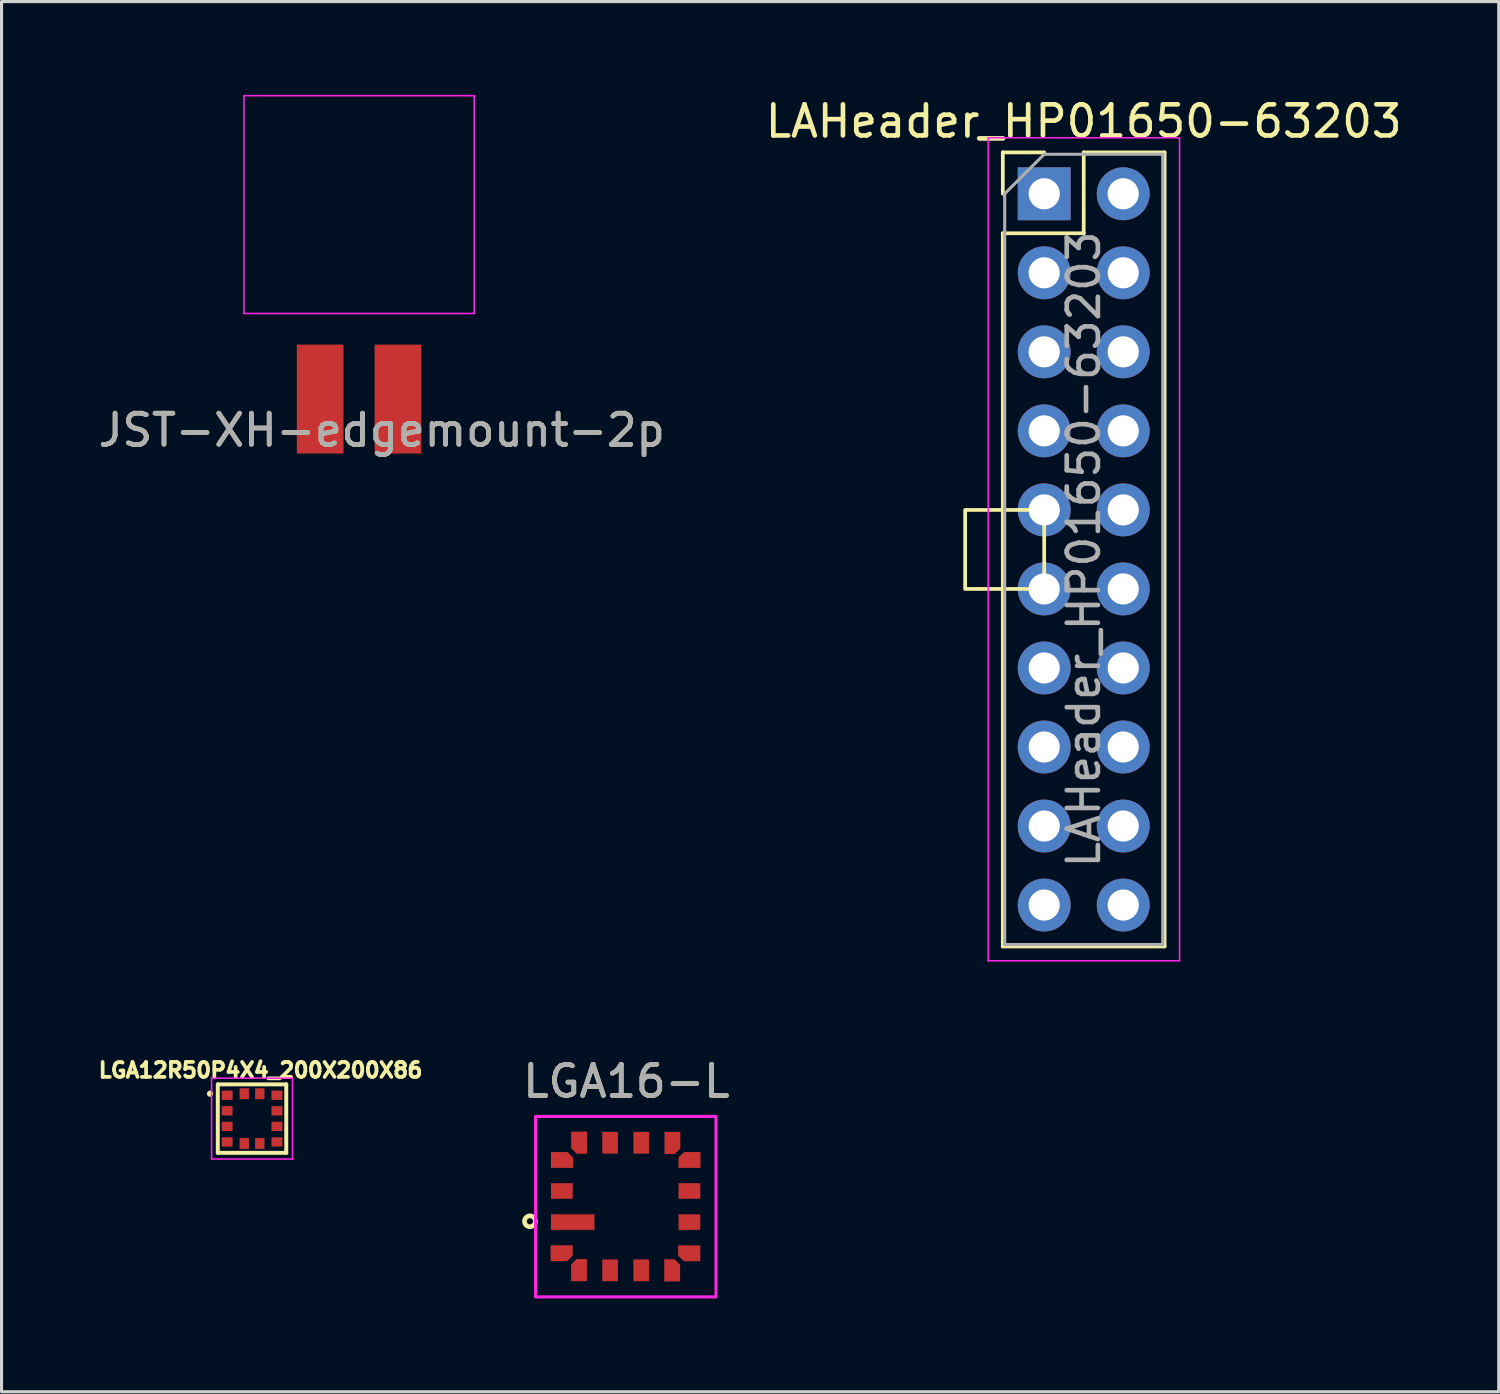
<source format=kicad_pcb>
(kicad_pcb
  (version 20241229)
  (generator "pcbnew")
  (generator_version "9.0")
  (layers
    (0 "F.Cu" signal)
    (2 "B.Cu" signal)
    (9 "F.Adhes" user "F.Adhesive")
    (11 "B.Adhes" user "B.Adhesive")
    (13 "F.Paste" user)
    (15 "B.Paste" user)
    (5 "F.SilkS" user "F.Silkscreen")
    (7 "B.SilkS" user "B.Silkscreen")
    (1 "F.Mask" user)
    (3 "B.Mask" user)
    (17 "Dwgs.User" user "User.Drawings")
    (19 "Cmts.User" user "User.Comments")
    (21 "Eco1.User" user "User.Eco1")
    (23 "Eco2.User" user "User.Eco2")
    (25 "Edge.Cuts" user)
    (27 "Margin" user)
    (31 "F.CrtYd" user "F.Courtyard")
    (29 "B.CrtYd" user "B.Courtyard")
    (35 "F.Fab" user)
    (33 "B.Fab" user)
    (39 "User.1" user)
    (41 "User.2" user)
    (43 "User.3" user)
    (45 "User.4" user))
  (footprint "LAHeader_HP01650-63203"
    (layer "F.Cu")
    (at 30.51 3.178)
    (property "Reference" "LAHeader_HP01650-63203" (at 1.27 -2.33 0) (layer "F.SilkS") (effects (font (size 1 1) (thickness 0.15))))
    (attr through_hole)
    (fp_line (start -1.33 -1.33) (end 0 -1.33) (stroke (width 0.12) (type solid)) (layer "F.SilkS"))
    (fp_line (start -1.33 0) (end -1.33 -1.33) (stroke (width 0.12) (type solid)) (layer "F.SilkS"))
    (fp_line (start -1.33 1.27) (end -1.33 24.19) (stroke (width 0.12) (type solid)) (layer "F.SilkS"))
    (fp_line (start -1.33 1.27) (end 1.27 1.27) (stroke (width 0.12) (type solid)) (layer "F.SilkS"))
    (fp_line (start -1.33 24.19) (end 3.87 24.19) (stroke (width 0.12) (type solid)) (layer "F.SilkS"))
    (fp_line (start 1.27 -1.33) (end 3.87 -1.33) (stroke (width 0.12) (type solid)) (layer "F.SilkS"))
    (fp_line (start 1.27 1.27) (end 1.27 -1.33) (stroke (width 0.12) (type solid)) (layer "F.SilkS"))
    (fp_line (start 3.87 -1.33) (end 3.87 24.19) (stroke (width 0.12) (type solid)) (layer "F.SilkS"))
    (fp_rect (start 0 10.16) (end -2.54 12.7) (stroke (width 0.12) (type solid)) (fill no) (layer "F.SilkS"))
    (fp_line (start -1.8 -1.8) (end -1.8 24.65) (stroke (width 0.05) (type solid)) (layer "F.CrtYd"))
    (fp_line (start -1.8 24.65) (end 4.35 24.65) (stroke (width 0.05) (type solid)) (layer "F.CrtYd"))
    (fp_line (start 4.35 -1.8) (end -1.8 -1.8) (stroke (width 0.05) (type solid)) (layer "F.CrtYd"))
    (fp_line (start 4.35 24.65) (end 4.35 -1.8) (stroke (width 0.05) (type solid)) (layer "F.CrtYd"))
    (fp_line (start -1.27 0) (end 0 -1.27) (stroke (width 0.1) (type solid)) (layer "F.Fab"))
    (fp_line (start -1.27 24.13) (end -1.27 0) (stroke (width 0.1) (type solid)) (layer "F.Fab"))
    (fp_line (start 0 -1.27) (end 3.81 -1.27) (stroke (width 0.1) (type solid)) (layer "F.Fab"))
    (fp_line (start 3.81 -1.27) (end 3.81 24.13) (stroke (width 0.1) (type solid)) (layer "F.Fab"))
    (fp_line (start 3.81 24.13) (end -1.27 24.13) (stroke (width 0.1) (type solid)) (layer "F.Fab"))
    (fp_text user "${REFERENCE}" (at 1.27 11.43 90) (layer "F.Fab") (effects (font (size 1 1) (thickness 0.15))))
    (pad "1" thru_hole rect (at 0 0) (size 1.7 1.7) (drill 1) (layers "*.Cu" "*.Mask"))
    (pad "2" thru_hole oval (at 2.54 0) (size 1.7 1.7) (drill 1) (layers "*.Cu" "*.Mask"))
    (pad "3" thru_hole oval (at 0 2.54) (size 1.7 1.7) (drill 1) (layers "*.Cu" "*.Mask"))
    (pad "4" thru_hole oval (at 2.54 2.54) (size 1.7 1.7) (drill 1) (layers "*.Cu" "*.Mask"))
    (pad "5" thru_hole oval (at 0 5.08) (size 1.7 1.7) (drill 1) (layers "*.Cu" "*.Mask"))
    (pad "6" thru_hole oval (at 2.54 5.08) (size 1.7 1.7) (drill 1) (layers "*.Cu" "*.Mask"))
    (pad "7" thru_hole oval (at 0 7.62) (size 1.7 1.7) (drill 1) (layers "*.Cu" "*.Mask"))
    (pad "8" thru_hole oval (at 2.54 7.62) (size 1.7 1.7) (drill 1) (layers "*.Cu" "*.Mask"))
    (pad "9" thru_hole oval (at 0 10.16) (size 1.7 1.7) (drill 1) (layers "*.Cu" "*.Mask"))
    (pad "10" thru_hole oval (at 2.54 10.16) (size 1.7 1.7) (drill 1) (layers "*.Cu" "*.Mask"))
    (pad "11" thru_hole oval (at 0 12.7) (size 1.7 1.7) (drill 1) (layers "*.Cu" "*.Mask"))
    (pad "12" thru_hole oval (at 2.54 12.7) (size 1.7 1.7) (drill 1) (layers "*.Cu" "*.Mask"))
    (pad "13" thru_hole oval (at 0 15.24) (size 1.7 1.7) (drill 1) (layers "*.Cu" "*.Mask"))
    (pad "14" thru_hole oval (at 2.54 15.24) (size 1.7 1.7) (drill 1) (layers "*.Cu" "*.Mask"))
    (pad "15" thru_hole oval (at 0 17.78) (size 1.7 1.7) (drill 1) (layers "*.Cu" "*.Mask"))
    (pad "16" thru_hole oval (at 2.54 17.78) (size 1.7 1.7) (drill 1) (layers "*.Cu" "*.Mask"))
    (pad "17" thru_hole oval (at 0 20.32) (size 1.7 1.7) (drill 1) (layers "*.Cu" "*.Mask"))
    (pad "18" thru_hole oval (at 2.54 20.32) (size 1.7 1.7) (drill 1) (layers "*.Cu" "*.Mask"))
    (pad "19" thru_hole oval (at 0 22.86) (size 1.7 1.7) (drill 1) (layers "*.Cu" "*.Mask"))
    (pad "20" thru_hole oval (at 2.54 22.86) (size 1.7 1.7) (drill 1) (layers "*.Cu" "*.Mask")))
  (footprint "JST-XH-edgemount-2p"
    (layer "F.Cu")
    (at 9.22 9.775)
    (property "Reference" "JST-XH-edgemount-2p" (at 0 1 0) (layer "F.SilkS") (effects (font (size 1 1) (thickness 0.15))))
    (attr smd)
    (fp_line (start -4.43 -9.75) (end 2.97 -9.75) (stroke (width 0.05) (type solid)) (layer "F.CrtYd"))
    (fp_line (start -4.43 -2.75) (end -4.43 -9.75) (stroke (width 0.05) (type solid)) (layer "F.CrtYd"))
    (fp_line (start 2.97 -9.75) (end 2.97 -2.75) (stroke (width 0.05) (type solid)) (layer "F.CrtYd"))
    (fp_line (start 2.97 -2.75) (end -4.43 -2.75) (stroke (width 0.05) (type solid)) (layer "F.CrtYd"))
    (fp_text user "${REFERENCE}" (at 0 1 0) (layer "F.Fab") (effects (font (size 1 1) (thickness 0.15))))
    (pad "1" smd rect (at -1.98 0) (size 1.5 3.5) (layers "F.Cu" "F.Mask" "F.Paste"))
    (pad "2" smd rect (at 0.52 0) (size 1.5 3.5) (layers "F.Cu" "F.Mask" "F.Paste")))
  (footprint "LGA12R50P4X4_200X200X86"
    (layer "F.Cu")
    (at 5.05 32.901)
    (property "Reference" "LGA12R50P4X4_200X200X86" (at 0.274 -1.556 0) (layer "F.SilkS") (effects (font (size 0.48 0.48) (thickness 0.15))))
    (attr smd)
    (fp_poly (pts (xy -1.022 0.56) (xy -0.58 0.56) (xy -0.58 0.942) (xy -1.022 0.942)) (stroke (width 0.01) (type solid)) (fill yes) (layer "F.Mask"))
    (fp_poly (pts (xy -1.022 -0.94) (xy -0.58 -0.94) (xy -0.58 -0.561) (xy -1.022 -0.561)) (stroke (width 0.01) (type solid)) (fill yes) (layer "F.Mask"))
    (fp_poly (pts (xy -1.021 -0.44) (xy -0.58 -0.44) (xy -0.58 -0.06) (xy -1.021 -0.06)) (stroke (width 0.01) (type solid)) (fill yes) (layer "F.Mask"))
    (fp_poly (pts (xy -1.02 0.06) (xy -0.58 0.06) (xy -0.58 0.44) (xy -1.02 0.44)) (stroke (width 0.01) (type solid)) (fill yes) (layer "F.Mask"))
    (fp_poly (pts (xy -0.471 0.61) (xy -0.03 0.61) (xy -0.03 0.992) (xy -0.471 0.992)) (stroke (width 0.01) (type solid)) (fill yes) (layer "F.Mask"))
    (fp_poly (pts (xy -0.471 -0.99) (xy -0.03 -0.99) (xy -0.03 -0.611) (xy -0.471 -0.611)) (stroke (width 0.01) (type solid)) (fill yes) (layer "F.Mask"))
    (fp_poly (pts (xy 0.03 0.61) (xy 0.47 0.61) (xy 0.47 0.991) (xy 0.03 0.991)) (stroke (width 0.01) (type solid)) (fill yes) (layer "F.Mask"))
    (fp_poly (pts (xy 0.03 -0.99) (xy 0.47 -0.99) (xy 0.47 -0.611) (xy 0.03 -0.611)) (stroke (width 0.01) (type solid)) (fill yes) (layer "F.Mask"))
    (fp_poly (pts (xy 0.58 -0.44) (xy 1.02 -0.44) (xy 1.02 -0.06) (xy 0.58 -0.06)) (stroke (width 0.01) (type solid)) (fill yes) (layer "F.Mask"))
    (fp_poly (pts (xy 0.58 0.56) (xy 1.02 0.56) (xy 1.02 0.941) (xy 0.58 0.941)) (stroke (width 0.01) (type solid)) (fill yes) (layer "F.Mask"))
    (fp_poly (pts (xy 0.581 0.06) (xy 1.02 0.06) (xy 1.02 0.44) (xy 0.581 0.44)) (stroke (width 0.01) (type solid)) (fill yes) (layer "F.Mask"))
    (fp_poly (pts (xy 0.581 -0.94) (xy 1.02 -0.94) (xy 1.02 -0.561) (xy 0.581 -0.561)) (stroke (width 0.01) (type solid)) (fill yes) (layer "F.Mask"))
    (fp_line (start -1.1 -1.1) (end 1.1 -1.1) (stroke (width 0.127) (type solid)) (layer "F.SilkS"))
    (fp_line (start -1.1 1.1) (end -1.1 -1.1) (stroke (width 0.127) (type solid)) (layer "F.SilkS"))
    (fp_line (start 1.1 -1.1) (end 1.1 1.1) (stroke (width 0.127) (type solid)) (layer "F.SilkS"))
    (fp_line (start 1.1 1.1) (end -1.1 1.1) (stroke (width 0.127) (type solid)) (layer "F.SilkS"))
    (fp_circle (center -1.35 -0.8) (end -1.25 -0.8) (stroke (width 0) (type solid)) (fill yes) (layer "F.SilkS"))
    (fp_line (start -1.3 -1.3) (end 1.3 -1.3) (stroke (width 0.05) (type solid)) (layer "F.CrtYd"))
    (fp_line (start -1.3 1.3) (end -1.3 -1.3) (stroke (width 0.05) (type solid)) (layer "F.CrtYd"))
    (fp_line (start 1.3 -1.3) (end 1.3 1.3) (stroke (width 0.05) (type solid)) (layer "F.CrtYd"))
    (fp_line (start 1.3 1.3) (end -1.3 1.3) (stroke (width 0.05) (type solid)) (layer "F.CrtYd"))
    (pad "1" smd rect (at -0.8 -0.75) (size 0.35 0.3) (layers "F.Cu" "F.Paste"))
    (pad "2" smd rect (at -0.8 -0.25) (size 0.35 0.3) (layers "F.Cu" "F.Paste"))
    (pad "3" smd rect (at -0.8 0.25) (size 0.35 0.3) (layers "F.Cu" "F.Paste"))
    (pad "4" smd rect (at -0.8 0.75) (size 0.35 0.3) (layers "F.Cu" "F.Paste"))
    (pad "5" smd rect (at -0.25 0.8 90) (size 0.35 0.3) (layers "F.Cu" "F.Paste"))
    (pad "6" smd rect (at 0.25 0.8 90) (size 0.35 0.3) (layers "F.Cu" "F.Paste"))
    (pad "7" smd rect (at 0.8 0.75) (size 0.35 0.3) (layers "F.Cu" "F.Paste"))
    (pad "8" smd rect (at 0.8 0.25) (size 0.35 0.3) (layers "F.Cu" "F.Paste"))
    (pad "9" smd rect (at 0.8 -0.25) (size 0.35 0.3) (layers "F.Cu" "F.Paste"))
    (pad "10" smd rect (at 0.8 -0.75) (size 0.35 0.3) (layers "F.Cu" "F.Paste"))
    (pad "11" smd rect (at 0.25 -0.8 90) (size 0.35 0.3) (layers "F.Cu" "F.Paste"))
    (pad "12" smd rect (at -0.25 -0.8 90) (size 0.35 0.3) (layers "F.Cu" "F.Paste")))
  (footprint "LGA16-L"
    (layer "F.Cu")
    (at 17.082 35.727)
    (property "Reference" "LGA16-L" (at 0 -4.025 0) (layer "F.SilkS") (effects (font (size 1 1) (thickness 0.15))))
    (attr smd)
    (fp_circle (center -3.1 0.475) (end -2.925 0.475) (stroke (width 0.15) (type default)) (fill no) (layer "F.SilkS"))
    (fp_poly (pts (xy -2.921 -2.896) (xy 2.879 -2.896) (xy 2.879 2.904) (xy -2.921 2.904)) (stroke (width 0.1) (type solid)) (fill no) (layer "F.CrtYd"))
    (fp_text user "${REFERENCE}" (at 0 -4.025 0) (layer "F.Fab") (effects (font (size 1 1) (thickness 0.15))))
    (pad "1" smd custom (at -1.725 0.5) (size 1.4 0.5) (layers "F.Cu" "F.Mask" "F.Paste") (options (anchor rect)) (primitives))
    (pad "2" smd custom (at -2.125 1.5 270) (size 0.4 0.4) (layers "F.Cu" "F.Mask" "F.Paste") (options (anchor rect)) (primitives (gr_poly (pts (xy -0.255 0.313) (xy -0.255 -0.399) (xy 0.075 -0.399) (xy 0.253 -0.221) (xy 0.253 0.313)) (width 0) (fill yes))))
    (pad "3" smd custom (at -1.525 2.1 270) (size 0.4 0.4) (layers "F.Cu" "F.Mask" "F.Paste") (options (anchor rect)) (primitives (gr_poly (pts (xy 0.3 -0.256) (xy -0.411 -0.256) (xy -0.411 0.074) (xy -0.233 0.252) (xy 0.3 0.252)) (width 0) (fill yes))))
    (pad "4" smd custom (at -0.525 2.05 90) (size 0.7 0.5) (layers "F.Cu" "F.Mask" "F.Paste") (options (anchor rect)) (primitives))
    (pad "5" smd custom (at 0.475 2.05 270) (size 0.7 0.5) (layers "F.Cu" "F.Mask" "F.Paste") (options (anchor rect)) (primitives))
    (pad "6" smd custom (at 1.475 2.1) (size 0.4 0.4) (layers "F.Cu" "F.Mask" "F.Paste") (options (anchor rect)) (primitives (gr_poly (pts (xy -0.258 0.308) (xy -0.258 -0.403) (xy 0.072 -0.403) (xy 0.25 -0.225) (xy 0.25 0.308)) (width 0) (fill yes))))
    (pad "7" smd custom (at 2.05 1.5) (size 0.4 0.4) (layers "F.Cu" "F.Mask" "F.Paste") (options (anchor rect)) (primitives (gr_poly (pts (xy 0.325 -0.25) (xy -0.386 -0.25) (xy -0.386 0.08) (xy -0.208 0.258) (xy 0.325 0.258)) (width 0) (fill yes))))
    (pad "8" smd custom (at 2.025 0.5) (size 0.7 0.5) (layers "F.Cu" "F.Mask" "F.Paste") (options (anchor rect)) (primitives))
    (pad "9" smd custom (at 2.025 -0.5) (size 0.7 0.5) (layers "F.Cu" "F.Mask" "F.Paste") (options (anchor rect)) (primitives))
    (pad "10" smd custom (at 2.05 -1.5) (size 0.4 0.4) (layers "F.Cu" "F.Mask" "F.Paste") (options (anchor rect)) (primitives (gr_poly (pts (xy 0.333 0.258) (xy -0.378 0.258) (xy -0.378 -0.072) (xy -0.2 -0.25) (xy 0.333 -0.25)) (width 0) (fill yes))))
    (pad "11" smd custom (at 1.475 -2.075) (size 0.4 0.4) (layers "F.Cu" "F.Mask" "F.Paste") (options (anchor rect)) (primitives (gr_poly (pts (xy -0.25 -0.325) (xy -0.25 0.386) (xy 0.08 0.386) (xy 0.258 0.208) (xy 0.258 -0.325)) (width 0) (fill yes))))
    (pad "12" smd custom (at 0.475 -2.05 90) (size 0.7 0.5) (layers "F.Cu" "F.Mask" "F.Paste") (options (anchor rect)) (primitives))
    (pad "13" smd custom (at -0.525 -2.05 90) (size 0.7 0.5) (layers "F.Cu" "F.Mask" "F.Paste") (options (anchor rect)) (primitives))
    (pad "14" smd custom (at -1.525 -2.05 180) (size 0.4 0.4) (layers "F.Cu" "F.Mask" "F.Paste") (options (anchor rect)) (primitives (gr_poly (pts (xy -0.258 0.358) (xy -0.258 -0.353) (xy 0.072 -0.353) (xy 0.25 -0.175) (xy 0.25 0.358)) (width 0) (fill yes))))
    (pad "15" smd custom (at -2.075 -1.475 180) (size 0.4 0.4) (layers "F.Cu" "F.Mask" "F.Paste") (options (anchor rect)) (primitives (gr_poly (pts (xy 0.35 -0.233) (xy -0.361 -0.233) (xy -0.361 0.097) (xy -0.183 0.275) (xy 0.35 0.275)) (width 0) (fill yes))))
    (pad "16" smd custom (at -2.075 -0.5 180) (size 0.7 0.5) (layers "F.Cu" "F.Mask" "F.Paste") (options (anchor rect)) (primitives)))
  (gr_rect
    (start -3 -3)
    (end 45.119 41.681)
    (stroke (width 0.1) (type default))
    (fill no)
    (layer "Edge.Cuts")))
</source>
